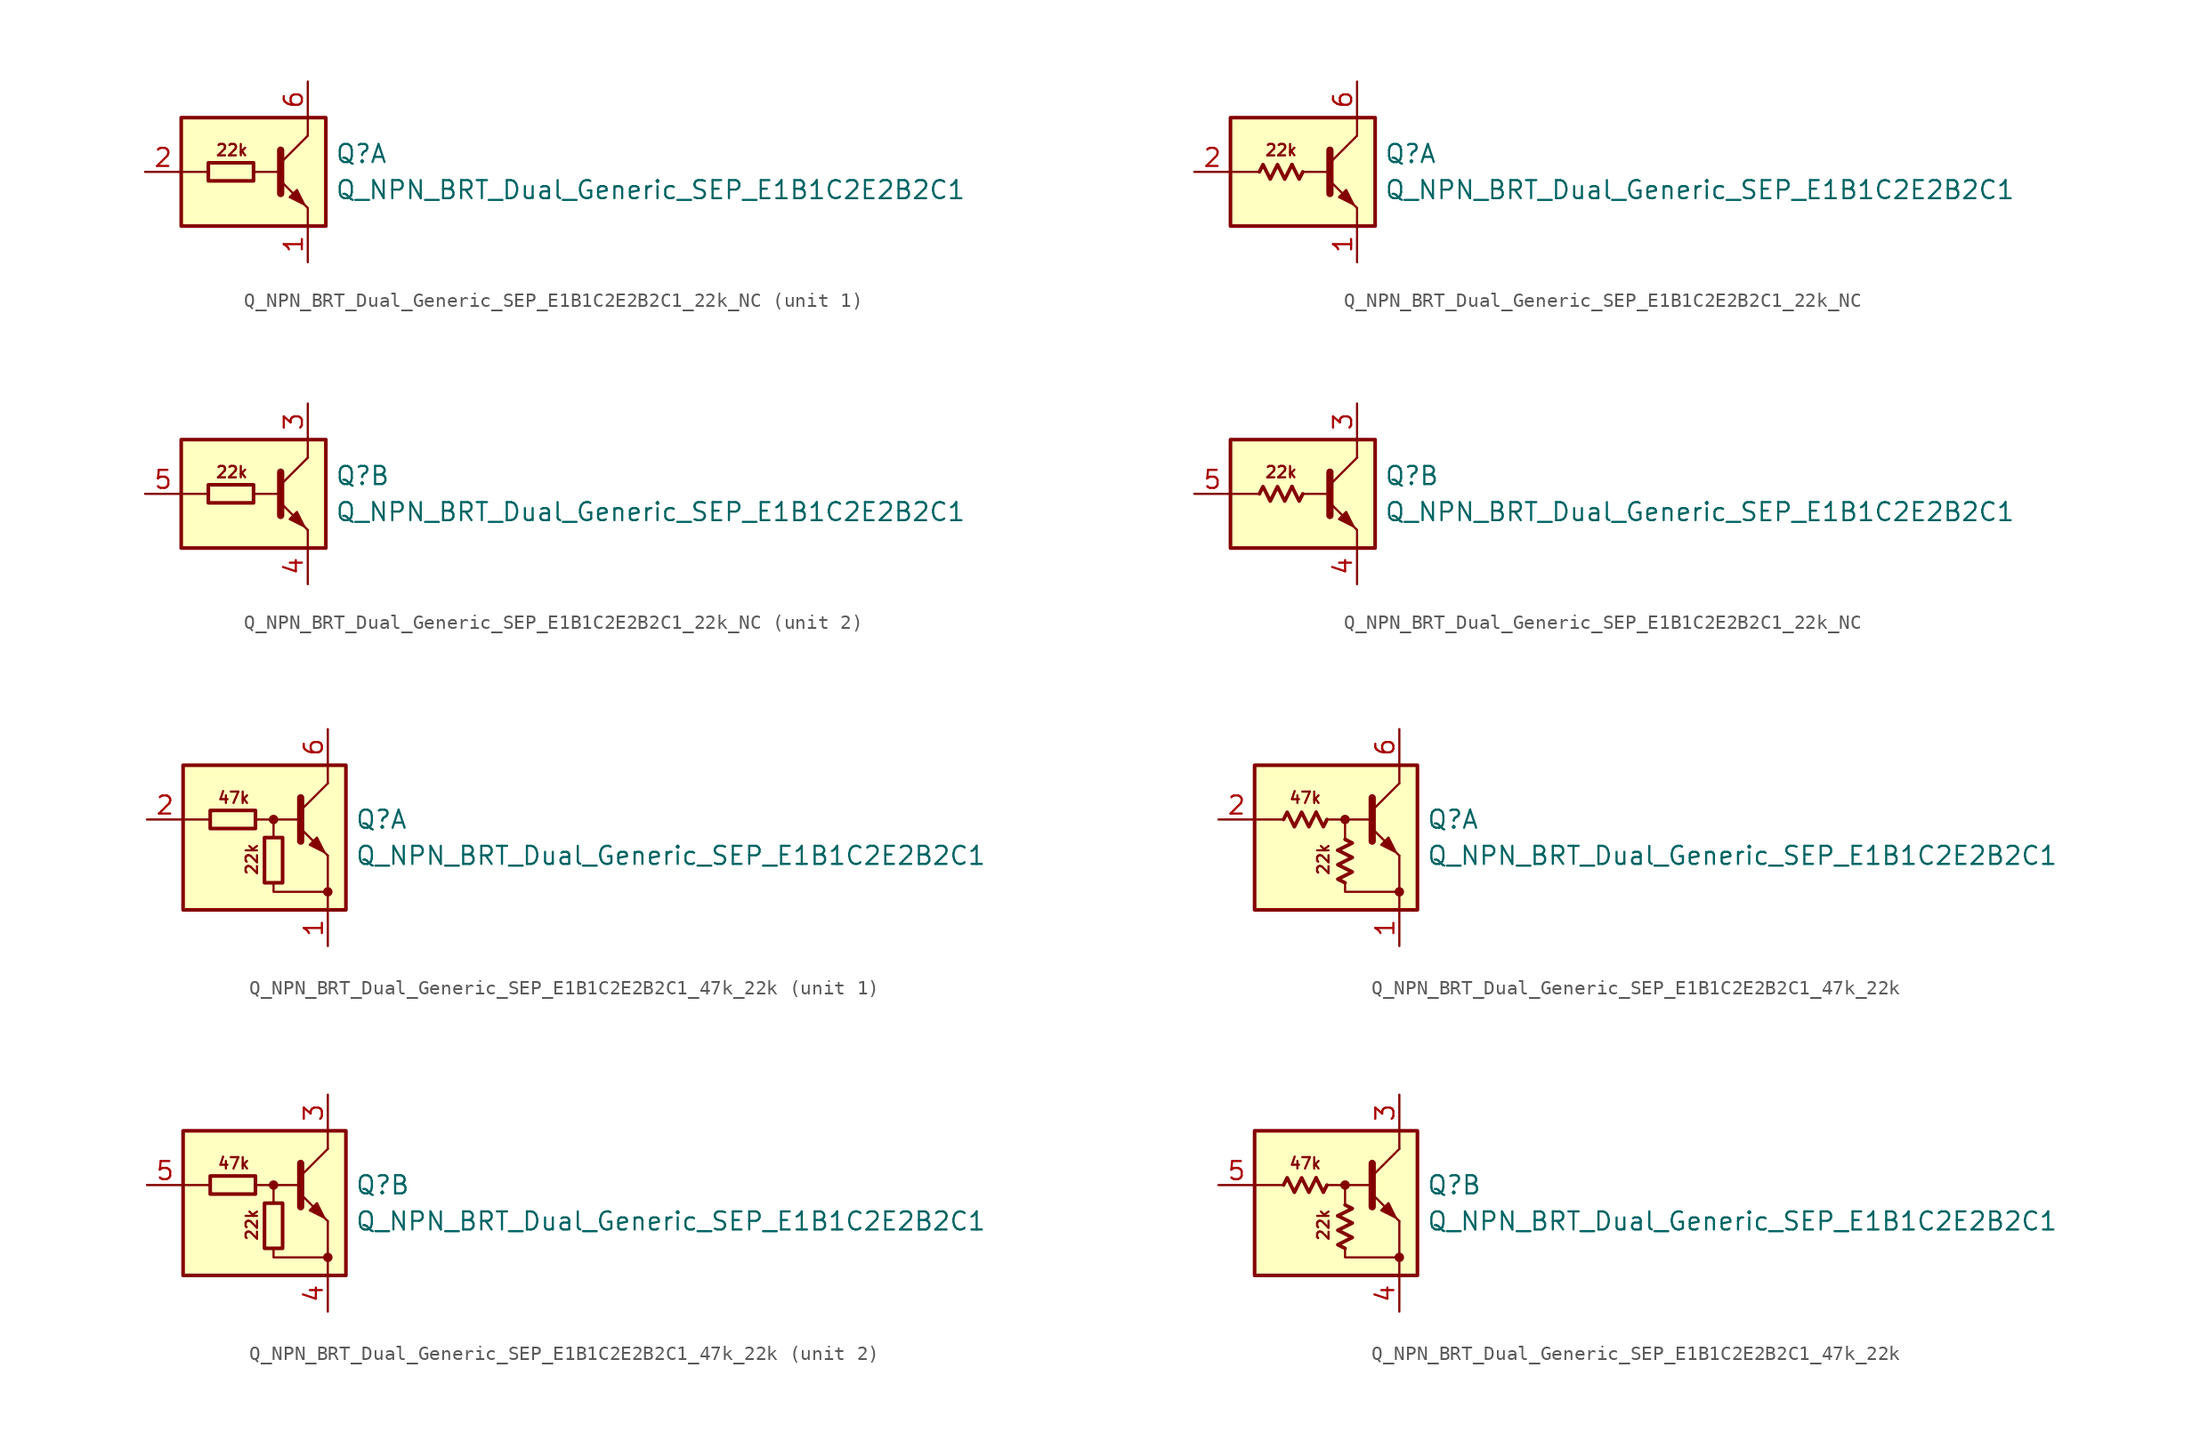
<source format=kicad_sym>
(kicad_symbol_lib
  (version 20220914)
  (generator kicad_symbol_editor)
  (symbol "Q_NPN_BRT_Dual_Generic_SEP_E1B1C2E2B2C1_22k_NC"
    (pin_names
      (offset 1.016) hide)
    (property "Reference" "Q"
      (at 5.715 1.27 0)
      (effects (font (size 1.27 1.27)) (justify left)))
    (property "Value" "Q_NPN_BRT_Dual_Generic_SEP_E1B1C2E2B2C1"
      (at 5.715 -1.27 0)
      (effects (font (size 1.27 1.27)) (justify left)))
    (property "ki_locked" ""
      (at 0 0 0)
      (effects (font (size 1.27 1.27))))
    (symbol "Q_NPN_BRT_Dual_Generic_SEP_E1B1C2E2B2C1_22k_NC_0_2"
      (polyline (pts (xy -0.762 0.508) (xy -0.254 -0.508) (xy 0 0)) (stroke (width 0.254) (type default)) (fill (type none)))
      (polyline (pts (xy -3.048 0) (xy -2.794 0.508) (xy -2.286 -0.508) (xy -1.778 0.508) (xy -1.27 -0.508) (xy -0.762 0.508)) (stroke (width 0.254) (type default)) (fill (type none))))
    (symbol "Q_NPN_BRT_Dual_Generic_SEP_E1B1C2E2B2C1_22k_NC_1_0"
      (rectangle (start -5.08 3.81) (end 5.08 -3.81) (stroke (width 0.254) (type default)) (fill (type background)))
      (polyline (pts (xy -3.175 0) (xy -5.08 0)) (stroke (width 0) (type default)) (fill (type none)))
      (polyline (pts (xy 0 0) (xy 1.905 0)) (stroke (width 0) (type default)) (fill (type none)))
      (polyline (pts (xy 1.905 0.635) (xy 3.81 2.54)) (stroke (width 0) (type default)) (fill (type none)))
      (polyline (pts (xy 1.905 1.524) (xy 1.905 -1.524)) (stroke (width 0.508) (type default)) (fill (type none)))
      (polyline (pts (xy 3.81 -2.54) (xy 3.81 -3.81)) (stroke (width 0) (type default)) (fill (type none)))
      (polyline (pts (xy 3.81 2.54) (xy 3.81 3.81)) (stroke (width 0) (type default)) (fill (type none)))
      (polyline (pts (xy 1.905 -0.635) (xy 3.81 -2.54) (xy 3.81 -2.54)) (stroke (width 0) (type default)) (fill (type none)))
      (polyline (pts (xy 2.54 -1.778) (xy 3.048 -1.27) (xy 3.556 -2.286) (xy 2.54 -1.778) (xy 2.54 -1.778)) (stroke (width 0) (type default)) (fill (type outline)))
      (text "22k" (at -1.524 1.524 0) (effects (font (size 0.8 0.8)))))
    (symbol "Q_NPN_BRT_Dual_Generic_SEP_E1B1C2E2B2C1_22k_NC_1_1"
      (rectangle (start -3.175 0.635) (end 0 -0.635) (stroke (width 0.254) (type default)) (fill (type none)))
      (pin passive line (at 3.81 -6.35 90) (length 2.54) (name "E1" (effects (font (size 1.27 1.27)))) (number "1" (effects (font (size 1.27 1.27)))))
      (pin passive line (at -7.62 0 0) (length 2.54) (name "B1" (effects (font (size 1.27 1.27)))) (number "2" (effects (font (size 1.27 1.27)))))
      (pin passive line (at 3.81 6.35 270) (length 2.54) (name "C1" (effects (font (size 1.27 1.27)))) (number "6" (effects (font (size 1.27 1.27))))))
    (symbol "Q_NPN_BRT_Dual_Generic_SEP_E1B1C2E2B2C1_22k_NC_1_2"
      (pin passive line (at 3.81 -6.35 90) (length 2.54) (name "E1" (effects (font (size 1.27 1.27)))) (number "1" (effects (font (size 1.27 1.27)))))
      (pin passive line (at -7.62 0 0) (length 2.54) (name "B1" (effects (font (size 1.27 1.27)))) (number "2" (effects (font (size 1.27 1.27)))))
      (pin passive line (at 3.81 6.35 270) (length 2.54) (name "C1" (effects (font (size 1.27 1.27)))) (number "6" (effects (font (size 1.27 1.27))))))
    (symbol "Q_NPN_BRT_Dual_Generic_SEP_E1B1C2E2B2C1_22k_NC_2_0"
      (rectangle (start -5.08 3.81) (end 5.08 -3.81) (stroke (width 0.254) (type default)) (fill (type background)))
      (polyline (pts (xy -3.175 0) (xy -5.08 0)) (stroke (width 0) (type default)) (fill (type none)))
      (polyline (pts (xy 0 0) (xy 1.905 0)) (stroke (width 0) (type default)) (fill (type none)))
      (polyline (pts (xy 1.905 0.635) (xy 3.81 2.54)) (stroke (width 0) (type default)) (fill (type none)))
      (polyline (pts (xy 1.905 1.524) (xy 1.905 -1.524)) (stroke (width 0.508) (type default)) (fill (type none)))
      (polyline (pts (xy 3.81 -2.54) (xy 3.81 -3.81)) (stroke (width 0) (type default)) (fill (type none)))
      (polyline (pts (xy 3.81 2.54) (xy 3.81 3.81)) (stroke (width 0) (type default)) (fill (type none)))
      (polyline (pts (xy 1.905 -0.635) (xy 3.81 -2.54) (xy 3.81 -2.54)) (stroke (width 0) (type default)) (fill (type none)))
      (polyline (pts (xy 2.54 -1.778) (xy 3.048 -1.27) (xy 3.556 -2.286) (xy 2.54 -1.778) (xy 2.54 -1.778)) (stroke (width 0) (type default)) (fill (type outline)))
      (text "22k" (at -1.524 1.524 0) (effects (font (size 0.8 0.8)))))
    (symbol "Q_NPN_BRT_Dual_Generic_SEP_E1B1C2E2B2C1_22k_NC_2_1"
      (rectangle (start -3.175 0.635) (end 0 -0.635) (stroke (width 0.254) (type default)) (fill (type none)))
      (pin passive line (at 3.81 6.35 270) (length 2.54) (name "C2" (effects (font (size 1.27 1.27)))) (number "3" (effects (font (size 1.27 1.27)))))
      (pin passive line (at 3.81 -6.35 90) (length 2.54) (name "E2" (effects (font (size 1.27 1.27)))) (number "4" (effects (font (size 1.27 1.27)))))
      (pin input line (at -7.62 0 0) (length 2.54) (name "B2" (effects (font (size 1.27 1.27)))) (number "5" (effects (font (size 1.27 1.27))))))
    (symbol "Q_NPN_BRT_Dual_Generic_SEP_E1B1C2E2B2C1_22k_NC_2_2"
      (pin passive line (at 3.81 6.35 270) (length 2.54) (name "C2" (effects (font (size 1.27 1.27)))) (number "3" (effects (font (size 1.27 1.27)))))
      (pin passive line (at 3.81 -6.35 90) (length 2.54) (name "E2" (effects (font (size 1.27 1.27)))) (number "4" (effects (font (size 1.27 1.27)))))
      (pin input line (at -7.62 0 0) (length 2.54) (name "B2" (effects (font (size 1.27 1.27)))) (number "5" (effects (font (size 1.27 1.27)))))))
  (symbol "Q_NPN_BRT_Dual_Generic_SEP_E1B1C2E2B2C1_47k_22k"
    (pin_names
      (offset 1.016) hide)
    (property "Reference" "Q"
      (at 5.715 1.27 0)
      (effects (font (size 1.27 1.27)) (justify left)))
    (property "Value" "Q_NPN_BRT_Dual_Generic_SEP_E1B1C2E2B2C1"
      (at 5.715 -1.27 0)
      (effects (font (size 1.27 1.27)) (justify left)))
    (property "ki_locked" ""
      (at 0 0 0)
      (effects (font (size 1.27 1.27))))
    (symbol "Q_NPN_BRT_Dual_Generic_SEP_E1B1C2E2B2C1_47k_22k_0_2"
      (polyline (pts (xy -2.032 1.778) (xy -1.524 0.762) (xy -1.27 1.27)) (stroke (width 0.254) (type default)) (fill (type none)))
      (polyline (pts (xy -0.508 -0.889) (xy 0.508 -0.381) (xy 0 -0.127)) (stroke (width 0.254) (type default)) (fill (type none)))
      (polyline (pts (xy -4.318 1.27) (xy -4.064 1.778) (xy -3.556 0.762) (xy -3.048 1.778) (xy -2.54 0.762) (xy -2.032 1.778)) (stroke (width 0.254) (type default)) (fill (type none)))
      (polyline (pts (xy 0 -3.175) (xy -0.508 -2.921) (xy 0.508 -2.413) (xy -0.508 -1.905) (xy 0.508 -1.397) (xy -0.508 -0.889)) (stroke (width 0.254) (type default)) (fill (type none))))
    (symbol "Q_NPN_BRT_Dual_Generic_SEP_E1B1C2E2B2C1_47k_22k_1_0"
      (rectangle (start -6.35 5.08) (end 5.08 -5.08) (stroke (width 0.254) (type default)) (fill (type background)))
      (polyline (pts (xy -4.445 1.27) (xy -6.35 1.27)) (stroke (width 0) (type default)) (fill (type none)))
      (polyline (pts (xy -0.254 1.27) (xy 1.905 1.27)) (stroke (width 0) (type default)) (fill (type none)))
      (polyline (pts (xy 1.905 1.905) (xy 3.81 3.81)) (stroke (width 0) (type default)) (fill (type none)))
      (polyline (pts (xy 1.905 2.794) (xy 1.905 -0.254)) (stroke (width 0.508) (type default)) (fill (type none)))
      (polyline (pts (xy 3.81 -3.81) (xy 3.81 -5.08)) (stroke (width 0) (type default)) (fill (type none)))
      (polyline (pts (xy 3.81 -3.81) (xy 3.81 -1.27)) (stroke (width 0) (type default)) (fill (type none)))
      (polyline (pts (xy 3.81 3.81) (xy 3.81 5.08)) (stroke (width 0) (type default)) (fill (type none)))
      (polyline (pts (xy -1.27 1.27) (xy 0 1.27) (xy 0 0)) (stroke (width 0) (type default)) (fill (type none)))
      (polyline (pts (xy 0 -3.175) (xy 0 -3.81) (xy 3.81 -3.81)) (stroke (width 0) (type default)) (fill (type none)))
      (polyline (pts (xy 1.905 0.635) (xy 3.81 -1.27) (xy 3.81 -1.27)) (stroke (width 0) (type default)) (fill (type none)))
      (polyline (pts (xy 2.54 -0.508) (xy 3.048 0) (xy 3.556 -1.016) (xy 2.54 -0.508) (xy 2.54 -0.508)) (stroke (width 0) (type default)) (fill (type outline)))
      (circle (center 0 1.27) (radius 0.254) (stroke (width 0) (type default)) (fill (type outline)))
      (circle (center 3.81 -3.81) (radius 0.254) (stroke (width 0) (type default)) (fill (type outline)))
      (text "22k" (at -1.524 -1.524 900) (effects (font (size 0.8 0.8))))
      (text "47k" (at -2.794 2.794 0) (effects (font (size 0.8 0.8)))))
    (symbol "Q_NPN_BRT_Dual_Generic_SEP_E1B1C2E2B2C1_47k_22k_1_1"
      (rectangle (start -4.445 1.905) (end -1.27 0.635) (stroke (width 0.254) (type default)) (fill (type none)))
      (rectangle (start -0.635 0) (end 0.635 -3.175) (stroke (width 0.254) (type default)) (fill (type none)))
      (pin passive line (at 3.81 -7.62 90) (length 2.54) (name "E1" (effects (font (size 1.27 1.27)))) (number "1" (effects (font (size 1.27 1.27)))))
      (pin passive line (at -8.89 1.27 0) (length 2.54) (name "B1" (effects (font (size 1.27 1.27)))) (number "2" (effects (font (size 1.27 1.27)))))
      (pin passive line (at 3.81 7.62 270) (length 2.54) (name "C1" (effects (font (size 1.27 1.27)))) (number "6" (effects (font (size 1.27 1.27))))))
    (symbol "Q_NPN_BRT_Dual_Generic_SEP_E1B1C2E2B2C1_47k_22k_1_2"
      (pin passive line (at 3.81 -7.62 90) (length 2.54) (name "E1" (effects (font (size 1.27 1.27)))) (number "1" (effects (font (size 1.27 1.27)))))
      (pin passive line (at -8.89 1.27 0) (length 2.54) (name "B1" (effects (font (size 1.27 1.27)))) (number "2" (effects (font (size 1.27 1.27)))))
      (pin passive line (at 3.81 7.62 270) (length 2.54) (name "C1" (effects (font (size 1.27 1.27)))) (number "6" (effects (font (size 1.27 1.27))))))
    (symbol "Q_NPN_BRT_Dual_Generic_SEP_E1B1C2E2B2C1_47k_22k_2_0"
      (rectangle (start -6.35 5.08) (end 5.08 -5.08) (stroke (width 0.254) (type default)) (fill (type background)))
      (polyline (pts (xy -4.445 1.27) (xy -6.35 1.27)) (stroke (width 0) (type default)) (fill (type none)))
      (polyline (pts (xy -0.254 1.27) (xy 1.905 1.27)) (stroke (width 0) (type default)) (fill (type none)))
      (polyline (pts (xy 1.905 1.905) (xy 3.81 3.81)) (stroke (width 0) (type default)) (fill (type none)))
      (polyline (pts (xy 1.905 2.794) (xy 1.905 -0.254)) (stroke (width 0.508) (type default)) (fill (type none)))
      (polyline (pts (xy 3.81 -3.81) (xy 3.81 -5.08)) (stroke (width 0) (type default)) (fill (type none)))
      (polyline (pts (xy 3.81 -3.81) (xy 3.81 -1.27)) (stroke (width 0) (type default)) (fill (type none)))
      (polyline (pts (xy 3.81 3.81) (xy 3.81 5.08)) (stroke (width 0) (type default)) (fill (type none)))
      (polyline (pts (xy -1.27 1.27) (xy 0 1.27) (xy 0 0)) (stroke (width 0) (type default)) (fill (type none)))
      (polyline (pts (xy 0 -3.175) (xy 0 -3.81) (xy 3.81 -3.81)) (stroke (width 0) (type default)) (fill (type none)))
      (polyline (pts (xy 1.905 0.635) (xy 3.81 -1.27) (xy 3.81 -1.27)) (stroke (width 0) (type default)) (fill (type none)))
      (polyline (pts (xy 2.54 -0.508) (xy 3.048 0) (xy 3.556 -1.016) (xy 2.54 -0.508) (xy 2.54 -0.508)) (stroke (width 0) (type default)) (fill (type outline)))
      (circle (center 0 1.27) (radius 0.254) (stroke (width 0) (type default)) (fill (type outline)))
      (circle (center 3.81 -3.81) (radius 0.254) (stroke (width 0) (type default)) (fill (type outline)))
      (text "22k" (at -1.524 -1.524 900) (effects (font (size 0.8 0.8))))
      (text "47k" (at -2.794 2.794 0) (effects (font (size 0.8 0.8)))))
    (symbol "Q_NPN_BRT_Dual_Generic_SEP_E1B1C2E2B2C1_47k_22k_2_1"
      (rectangle (start -4.445 1.905) (end -1.27 0.635) (stroke (width 0.254) (type default)) (fill (type none)))
      (rectangle (start -0.635 0) (end 0.635 -3.175) (stroke (width 0.254) (type default)) (fill (type none)))
      (pin passive line (at 3.81 7.62 270) (length 2.54) (name "C2" (effects (font (size 1.27 1.27)))) (number "3" (effects (font (size 1.27 1.27)))))
      (pin passive line (at 3.81 -7.62 90) (length 2.54) (name "E2" (effects (font (size 1.27 1.27)))) (number "4" (effects (font (size 1.27 1.27)))))
      (pin input line (at -8.89 1.27 0) (length 2.54) (name "B2" (effects (font (size 1.27 1.27)))) (number "5" (effects (font (size 1.27 1.27))))))
    (symbol "Q_NPN_BRT_Dual_Generic_SEP_E1B1C2E2B2C1_47k_22k_2_2"
      (pin passive line (at 3.81 7.62 270) (length 2.54) (name "C2" (effects (font (size 1.27 1.27)))) (number "3" (effects (font (size 1.27 1.27)))))
      (pin passive line (at 3.81 -7.62 90) (length 2.54) (name "E2" (effects (font (size 1.27 1.27)))) (number "4" (effects (font (size 1.27 1.27)))))
      (pin input line (at -8.89 1.27 0) (length 2.54) (name "B2" (effects (font (size 1.27 1.27)))) (number "5" (effects (font (size 1.27 1.27))))))))
</source>
